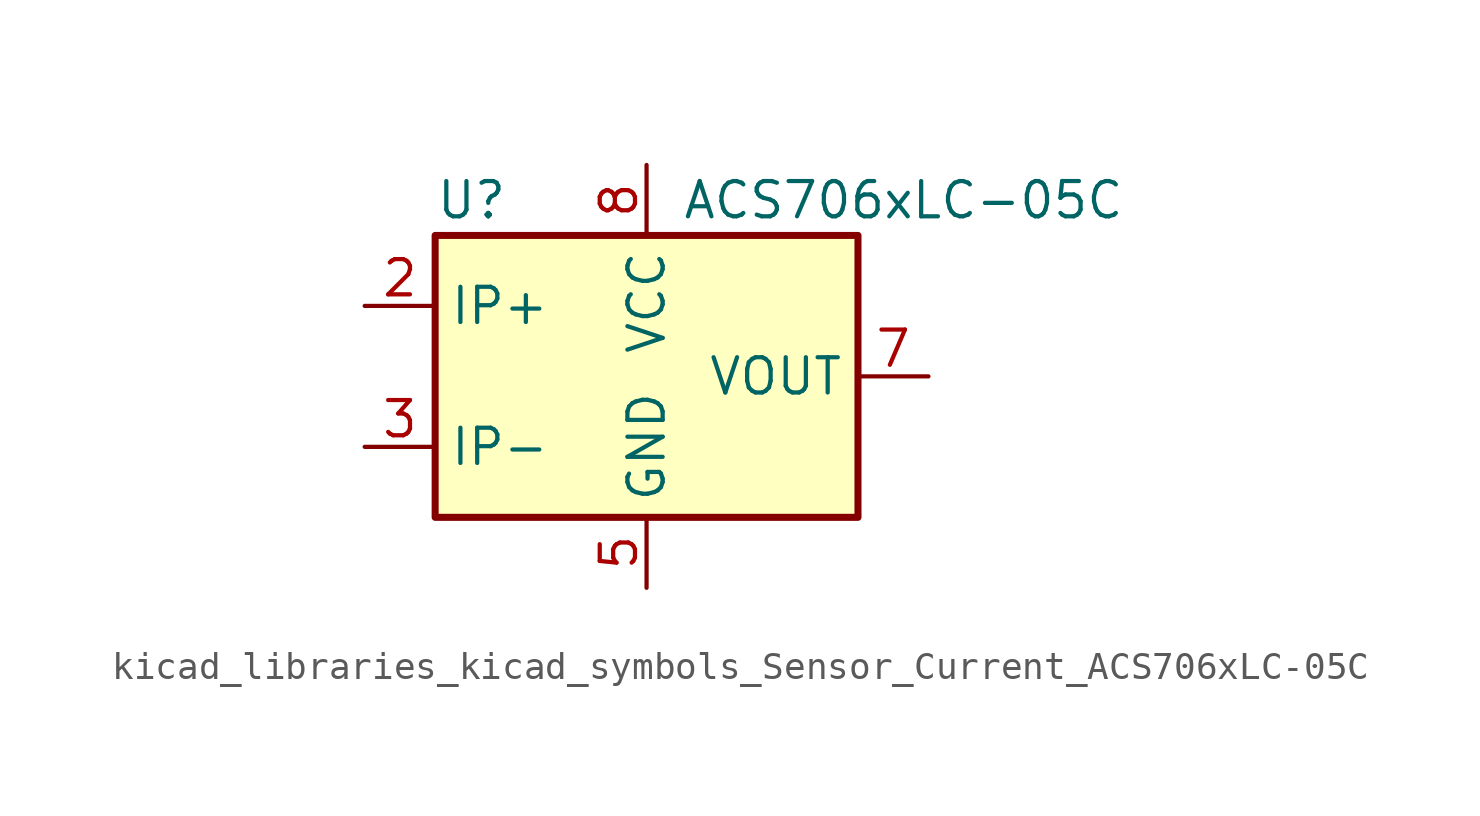
<source format=kicad_sym>
(kicad_symbol_lib
  (version 20220914)
  (generator kicad_symbol_editor)
  (symbol "kicad_libraries_kicad_symbols_Sensor_Current_ACS706xLC-05C"
    (property "Reference" "U"
      (at -7.62 6.35 0)
      (effects (font (size 1.27 1.27)) (justify left)))
    (property "Value" "ACS706xLC-05C"
      (at 1.27 6.35 0)
      (effects (font (size 1.27 1.27)) (justify left)))
    (symbol "kicad_libraries_kicad_symbols_Sensor_Current_ACS706xLC-05C_0_1"
      (rectangle (start -7.62 5.08) (end 7.62 -5.08) (stroke (width 0.254) (type default)) (fill (type background))))
    (symbol "kicad_libraries_kicad_symbols_Sensor_Current_ACS706xLC-05C_1_1"
      (pin passive line (at -10.16 2.54 0) (length 2.54) hide (name "IP+" (effects (font (size 1.27 1.27)))) (number "1" (effects (font (size 1.27 1.27)))))
      (pin passive line (at -10.16 2.54 0) (length 2.54) (name "IP+" (effects (font (size 1.27 1.27)))) (number "2" (effects (font (size 1.27 1.27)))))
      (pin passive line (at -10.16 -2.54 0) (length 2.54) (name "IP-" (effects (font (size 1.27 1.27)))) (number "3" (effects (font (size 1.27 1.27)))))
      (pin passive line (at -10.16 -2.54 0) (length 2.54) hide (name "IP-" (effects (font (size 1.27 1.27)))) (number "4" (effects (font (size 1.27 1.27)))))
      (pin power_in line (at 0 -7.62 90) (length 2.54) (name "GND" (effects (font (size 1.27 1.27)))) (number "5" (effects (font (size 1.27 1.27)))))
      (pin no_connect line (at 7.62 -2.54 180) (length 2.54) hide (name "NC" (effects (font (size 1.27 1.27)))) (number "6" (effects (font (size 1.27 1.27)))))
      (pin output line (at 10.16 0 180) (length 2.54) (name "VOUT" (effects (font (size 1.27 1.27)))) (number "7" (effects (font (size 1.27 1.27)))))
      (pin power_in line (at 0 7.62 270) (length 2.54) (name "VCC" (effects (font (size 1.27 1.27)))) (number "8" (effects (font (size 1.27 1.27))))))))
</source>
